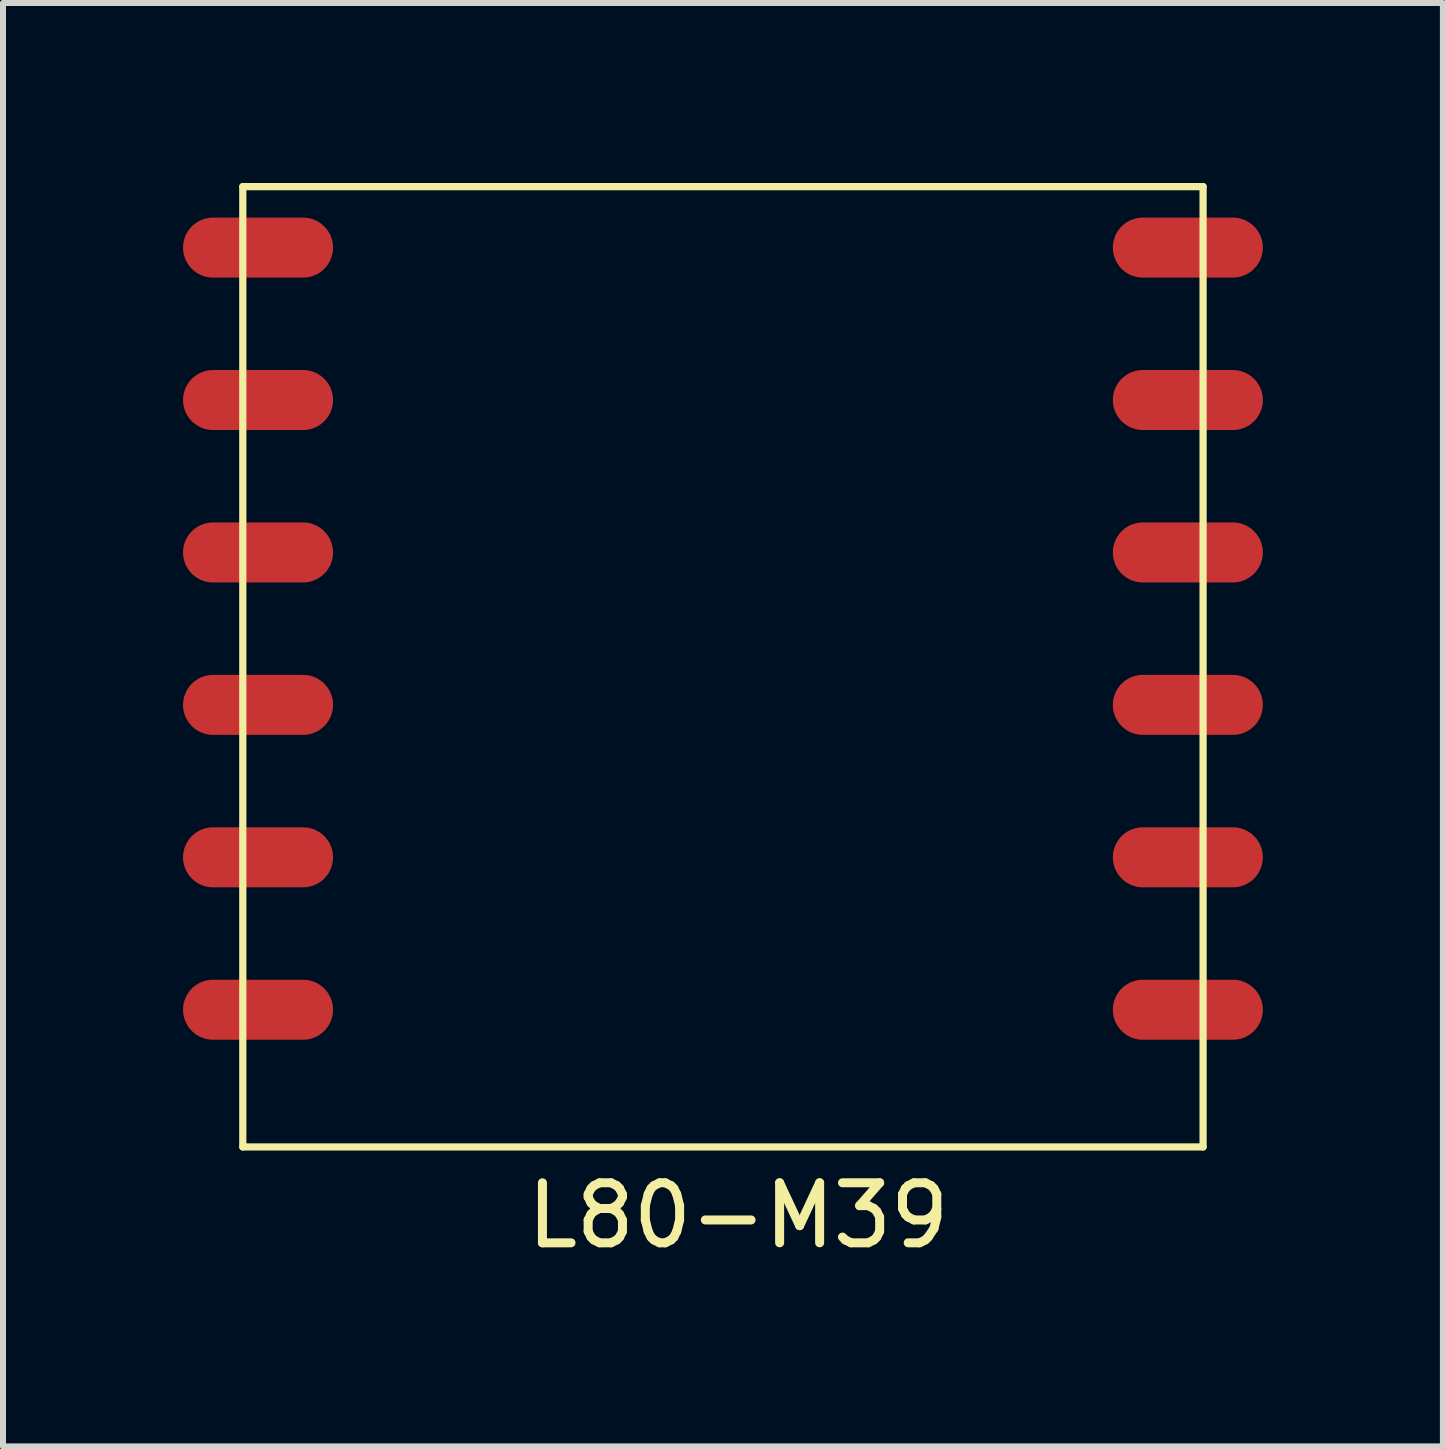
<source format=kicad_pcb>
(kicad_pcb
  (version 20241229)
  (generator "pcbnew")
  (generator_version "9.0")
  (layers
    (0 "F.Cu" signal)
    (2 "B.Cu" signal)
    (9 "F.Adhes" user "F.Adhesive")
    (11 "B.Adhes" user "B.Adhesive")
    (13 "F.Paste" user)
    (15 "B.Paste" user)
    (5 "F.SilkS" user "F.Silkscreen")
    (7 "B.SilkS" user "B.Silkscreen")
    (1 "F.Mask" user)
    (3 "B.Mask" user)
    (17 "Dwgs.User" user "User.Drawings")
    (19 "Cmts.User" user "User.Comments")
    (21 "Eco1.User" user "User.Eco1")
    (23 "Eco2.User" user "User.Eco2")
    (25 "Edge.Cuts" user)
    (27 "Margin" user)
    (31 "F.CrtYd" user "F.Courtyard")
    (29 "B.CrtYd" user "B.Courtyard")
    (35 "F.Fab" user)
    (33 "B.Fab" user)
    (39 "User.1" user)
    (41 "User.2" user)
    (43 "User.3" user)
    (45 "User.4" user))
  (footprint "L80-M39"
    (layer "F.Cu")
    (at 9.251 8.95)
    (property "Reference" "L80-M39" (at 0 8.255 0) (layer "F.SilkS") (effects (font (size 1 1) (thickness 0.15))))
    (attr through_hole)
    (fp_line (start -8.255 -8.89) (end -8.255 7.112) (stroke (width 0.12) (type solid)) (layer "F.SilkS"))
    (fp_line (start -8.255 7.112) (end 7.747 7.112) (stroke (width 0.12) (type solid)) (layer "F.SilkS"))
    (fp_line (start 7.747 -8.89) (end -8.255 -8.89) (stroke (width 0.12) (type solid)) (layer "F.SilkS"))
    (fp_line (start 7.747 7.112) (end 7.747 -8.89) (stroke (width 0.12) (type solid)) (layer "F.SilkS"))
    (pad "1" smd oval (at 7.493 4.826) (size 2.5 1) (layers "F.Cu" "F.Mask" "F.Paste"))
    (pad "2" smd oval (at 7.493 2.286) (size 2.5 1) (layers "F.Cu" "F.Mask" "F.Paste"))
    (pad "3" smd oval (at 7.493 -0.254) (size 2.5 1) (layers "F.Cu" "F.Mask" "F.Paste"))
    (pad "4" smd oval (at 7.493 -2.794) (size 2.5 1) (layers "F.Cu" "F.Mask" "F.Paste"))
    (pad "5" smd oval (at 7.493 -5.334) (size 2.5 1) (layers "F.Cu" "F.Mask" "F.Paste"))
    (pad "6" smd oval (at 7.493 -7.874) (size 2.5 1) (layers "F.Cu" "F.Mask" "F.Paste"))
    (pad "7" smd oval (at -8.001 -7.874) (size 2.5 1) (layers "F.Cu" "F.Mask" "F.Paste"))
    (pad "8" smd oval (at -8.001 -5.334) (size 2.5 1) (layers "F.Cu" "F.Mask" "F.Paste"))
    (pad "9" smd oval (at -8.001 -2.794) (size 2.5 1) (layers "F.Cu" "F.Mask" "F.Paste"))
    (pad "10" smd oval (at -8.001 -0.254) (size 2.5 1) (layers "F.Cu" "F.Mask" "F.Paste"))
    (pad "11" smd oval (at -8.001 2.286) (size 2.5 1) (layers "F.Cu" "F.Mask" "F.Paste"))
    (pad "12" connect oval (at -8.001 4.826) (size 2.5 1) (layers "F.Cu" "F.Mask")))
  (gr_rect
    (start -3 -3)
    (end 20.994 21.053)
    (stroke (width 0.1) (type default))
    (fill no)
    (layer "Edge.Cuts")))
</source>
